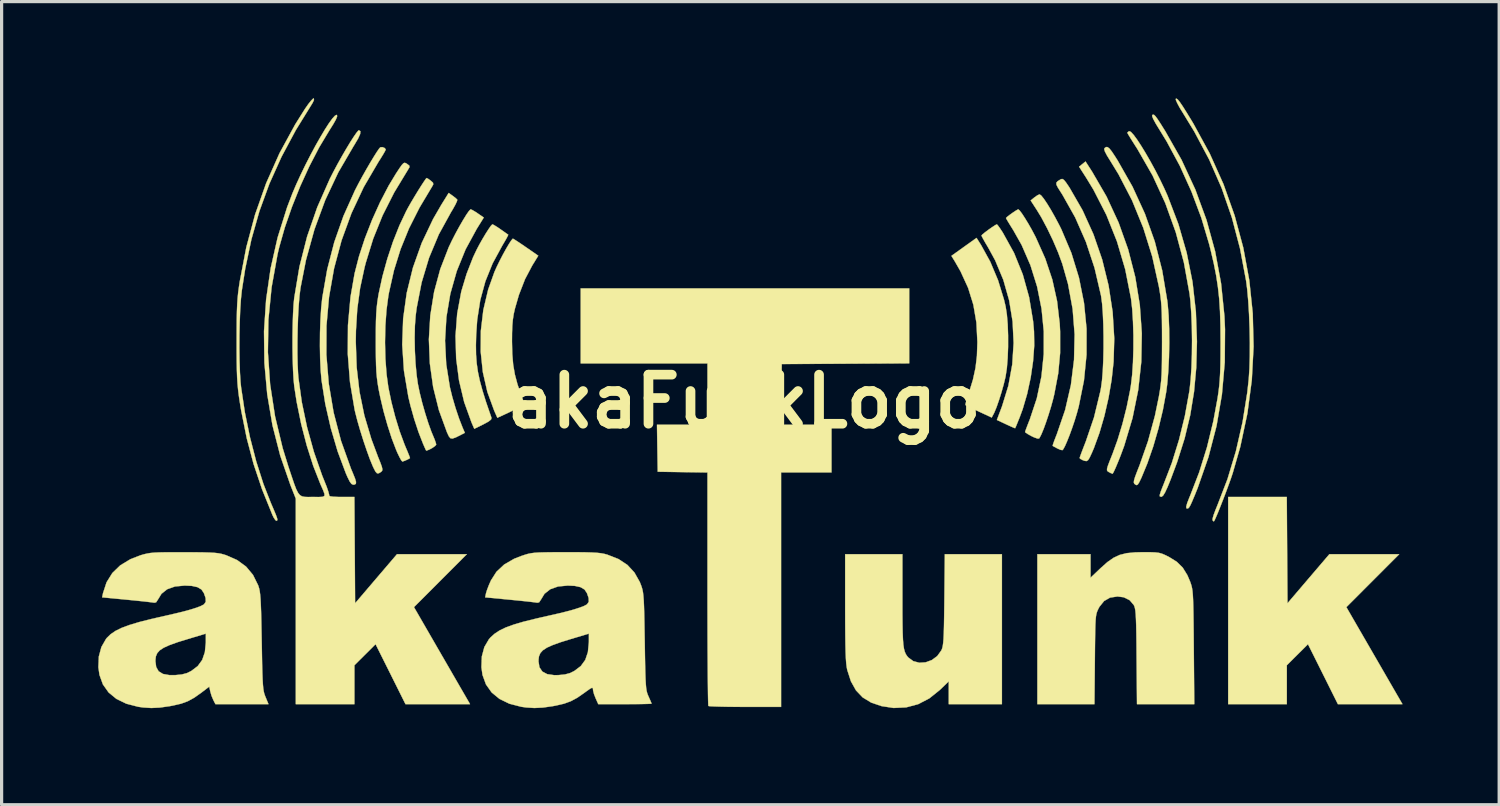
<source format=kicad_pcb>
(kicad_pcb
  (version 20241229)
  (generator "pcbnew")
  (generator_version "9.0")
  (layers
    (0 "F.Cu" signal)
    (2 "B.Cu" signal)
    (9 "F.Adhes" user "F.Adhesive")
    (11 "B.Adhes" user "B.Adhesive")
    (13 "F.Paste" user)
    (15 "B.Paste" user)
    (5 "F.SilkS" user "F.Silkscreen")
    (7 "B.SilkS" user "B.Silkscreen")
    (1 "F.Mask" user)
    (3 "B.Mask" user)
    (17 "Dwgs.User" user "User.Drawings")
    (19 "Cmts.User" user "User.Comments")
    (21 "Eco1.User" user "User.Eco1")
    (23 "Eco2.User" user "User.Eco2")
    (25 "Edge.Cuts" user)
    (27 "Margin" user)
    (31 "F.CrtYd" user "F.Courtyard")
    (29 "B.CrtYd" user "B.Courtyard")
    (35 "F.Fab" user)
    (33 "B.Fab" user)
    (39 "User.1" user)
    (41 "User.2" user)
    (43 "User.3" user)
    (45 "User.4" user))
  (footprint "akaFunkLogo"
    (layer "F.Cu")
    (at 20.064 9.42)
    (property "Reference" "akaFunkLogo" (at 0 0 0) (layer "F.SilkS") (effects (font (size 1.524 1.524) (thickness 0.3))))
    (attr through_hole)
    (fp_poly (pts (xy 16.859 4.614) (xy 16.87 6.265) (xy 17.52 5.503) (xy 18.171 4.741) (xy 20.34 4.741) (xy 18.698 6.385) (xy 19.569 7.891) (xy 20.44 9.398) (xy 18.435 9.398) (xy 17.971 8.467) (xy 17.506 7.536) (xy 16.849 8.19) (xy 16.849 9.398) (xy 15.028 9.398) (xy 15.028 2.963) (xy 16.848 2.963) (xy 16.859 4.614)) (stroke (width 0.01) (type solid)) (fill yes) (layer "F.SilkS"))
    (fp_poly (pts (xy 5.122 -1.186) (xy 1.164 -1.164) (xy 1.153 -0.222) (xy 1.141 0.72) (xy 2.709 0.72) (xy 2.709 2.201) (xy 1.143 2.201) (xy 1.143 9.483) (xy 0.028 9.483) (xy -0.271 9.482) (xy -0.542 9.479) (xy -0.773 9.474) (xy -0.953 9.468) (xy -1.071 9.462) (xy -1.115 9.454) (xy -1.119 9.409) (xy -1.123 9.285) (xy -1.127 9.088) (xy -1.13 8.826) (xy -1.134 8.504) (xy -1.136 8.128) (xy -1.139 7.704) (xy -1.141 7.239) (xy -1.142 6.74) (xy -1.143 6.211) (xy -1.143 5.815) (xy -1.143 2.203) (xy -1.916 2.192) (xy -2.688 2.18) (xy -2.7 1.45) (xy -2.711 0.72) (xy -1.927 0.72) (xy -1.143 0.72) (xy -1.143 -1.185) (xy -5.08 -1.185) (xy -5.08 -3.514) (xy 5.122 -3.514) (xy 5.122 -1.186)) (stroke (width 0.01) (type solid)) (fill yes) (layer "F.SilkS"))
    (fp_poly (pts (xy -8.444 -5.947) (xy -8.348 -5.89) (xy -8.276 -5.842) (xy -8.09 -5.714) (xy -8.307 -5.365) (xy -8.656 -4.724) (xy -8.93 -4.049) (xy -9.129 -3.346) (xy -9.25 -2.625) (xy -9.293 -1.892) (xy -9.256 -1.157) (xy -9.142 -0.444) (xy -9.066 -0.135) (xy -8.968 0.199) (xy -8.859 0.524) (xy -8.751 0.802) (xy -8.746 0.814) (xy -8.678 0.971) (xy -8.805 1.037) (xy -8.961 1.115) (xy -9.062 1.15) (xy -9.127 1.139) (xy -9.176 1.078) (xy -9.229 0.963) (xy -9.231 0.96) (xy -9.483 0.27) (xy -9.662 -0.448) (xy -9.765 -1.184) (xy -9.795 -1.929) (xy -9.751 -2.672) (xy -9.633 -3.404) (xy -9.441 -4.115) (xy -9.177 -4.796) (xy -9.079 -5.001) (xy -8.962 -5.229) (xy -8.843 -5.446) (xy -8.73 -5.641) (xy -8.631 -5.802) (xy -8.553 -5.914) (xy -8.503 -5.967) (xy -8.496 -5.969) (xy -8.444 -5.947)) (stroke (width 0.01) (type solid)) (fill yes) (layer "F.SilkS"))
    (fp_poly (pts (xy 7.354 -4.859) (xy 7.64 -4.34) (xy 7.881 -3.767) (xy 8.066 -3.165) (xy 8.117 -2.949) (xy 8.155 -2.703) (xy 8.181 -2.397) (xy 8.193 -2.054) (xy 8.193 -1.697) (xy 8.18 -1.351) (xy 8.155 -1.039) (xy 8.116 -0.784) (xy 8.112 -0.762) (xy 8.056 -0.531) (xy 7.986 -0.282) (xy 7.909 -0.039) (xy 7.834 0.176) (xy 7.766 0.341) (xy 7.743 0.386) (xy 7.684 0.497) (xy 7.284 0.311) (xy 7.117 0.232) (xy 6.98 0.167) (xy 6.892 0.122) (xy 6.868 0.108) (xy 6.873 0.064) (xy 6.902 -0.042) (xy 6.948 -0.19) (xy 6.979 -0.282) (xy 7.101 -0.679) (xy 7.181 -1.045) (xy 7.225 -1.416) (xy 7.239 -1.83) (xy 7.239 -1.857) (xy 7.209 -2.452) (xy 7.115 -3.003) (xy 6.952 -3.528) (xy 6.716 -4.043) (xy 6.542 -4.347) (xy 6.433 -4.524) (xy 6.823 -4.803) (xy 7.213 -5.082) (xy 7.354 -4.859)) (stroke (width 0.01) (type solid)) (fill yes) (layer "F.SilkS"))
    (fp_poly (pts (xy 7.876 -5.47) (xy 7.939 -5.383) (xy 8.021 -5.259) (xy 8.034 -5.237) (xy 8.379 -4.613) (xy 8.649 -3.947) (xy 8.846 -3.24) (xy 8.97 -2.492) (xy 8.998 -2.18) (xy 9.005 -1.739) (xy 8.969 -1.253) (xy 8.895 -0.745) (xy 8.786 -0.241) (xy 8.647 0.234) (xy 8.554 0.486) (xy 8.492 0.639) (xy 8.444 0.757) (xy 8.415 0.822) (xy 8.411 0.829) (xy 8.372 0.815) (xy 8.276 0.773) (xy 8.143 0.712) (xy 8.124 0.703) (xy 7.845 0.572) (xy 8.005 0.147) (xy 8.202 -0.493) (xy 8.322 -1.151) (xy 8.365 -1.818) (xy 8.333 -2.485) (xy 8.226 -3.142) (xy 8.045 -3.779) (xy 7.79 -4.388) (xy 7.578 -4.776) (xy 7.487 -4.929) (xy 7.416 -5.055) (xy 7.374 -5.136) (xy 7.367 -5.157) (xy 7.398 -5.192) (xy 7.479 -5.257) (xy 7.586 -5.337) (xy 7.697 -5.415) (xy 7.79 -5.476) (xy 7.843 -5.503) (xy 7.845 -5.503) (xy 7.876 -5.47)) (stroke (width 0.01) (type solid)) (fill yes) (layer "F.SilkS"))
    (fp_poly (pts (xy -7.144 -5.036) (xy -7.049 -4.975) (xy -6.914 -4.885) (xy -6.781 -4.794) (xy -6.398 -4.529) (xy -6.586 -4.223) (xy -6.809 -3.8) (xy -6.999 -3.312) (xy -7.122 -2.887) (xy -7.161 -2.714) (xy -7.187 -2.544) (xy -7.204 -2.355) (xy -7.212 -2.125) (xy -7.214 -1.863) (xy -7.205 -1.476) (xy -7.177 -1.144) (xy -7.124 -0.839) (xy -7.042 -0.532) (xy -6.925 -0.195) (xy -6.924 -0.192) (xy -6.872 -0.051) (xy -6.837 0.056) (xy -6.825 0.106) (xy -6.826 0.108) (xy -6.866 0.129) (xy -6.967 0.177) (xy -7.113 0.246) (xy -7.253 0.311) (xy -7.668 0.505) (xy -7.767 0.282) (xy -7.979 -0.299) (xy -8.119 -0.914) (xy -8.186 -1.55) (xy -8.181 -2.197) (xy -8.104 -2.843) (xy -7.954 -3.477) (xy -7.758 -4.027) (xy -7.684 -4.191) (xy -7.594 -4.375) (xy -7.496 -4.564) (xy -7.398 -4.742) (xy -7.309 -4.893) (xy -7.237 -5.003) (xy -7.191 -5.056) (xy -7.185 -5.059) (xy -7.144 -5.036)) (stroke (width 0.01) (type solid)) (fill yes) (layer "F.SilkS"))
    (fp_poly (pts (xy -7.773 -5.481) (xy -7.677 -5.422) (xy -7.567 -5.347) (xy -7.451 -5.265) (xy -7.365 -5.205) (xy -7.33 -5.181) (xy -7.345 -5.143) (xy -7.394 -5.05) (xy -7.471 -4.918) (xy -7.517 -4.84) (xy -7.815 -4.291) (xy -8.04 -3.735) (xy -8.198 -3.156) (xy -8.294 -2.54) (xy -8.326 -2.07) (xy -8.334 -1.747) (xy -8.33 -1.458) (xy -8.31 -1.189) (xy -8.272 -0.923) (xy -8.213 -0.645) (xy -8.13 -0.34) (xy -8.021 0.01) (xy -7.881 0.418) (xy -7.85 0.508) (xy -7.864 0.558) (xy -7.942 0.621) (xy -8.092 0.703) (xy -8.106 0.71) (xy -8.385 0.847) (xy -8.472 0.646) (xy -8.699 0.016) (xy -8.858 -0.65) (xy -8.948 -1.339) (xy -8.968 -2.037) (xy -8.916 -2.728) (xy -8.792 -3.399) (xy -8.782 -3.439) (xy -8.623 -3.967) (xy -8.423 -4.479) (xy -8.313 -4.712) (xy -8.228 -4.874) (xy -8.131 -5.046) (xy -8.033 -5.21) (xy -7.942 -5.352) (xy -7.87 -5.455) (xy -7.826 -5.502) (xy -7.822 -5.503) (xy -7.773 -5.481)) (stroke (width 0.01) (type solid)) (fill yes) (layer "F.SilkS"))
    (fp_poly (pts (xy 10.801 -7.14) (xy 11.251 -6.365) (xy 11.625 -5.557) (xy 11.922 -4.723) (xy 12.142 -3.868) (xy 12.284 -2.999) (xy 12.346 -2.12) (xy 12.33 -1.238) (xy 12.234 -0.358) (xy 12.057 0.514) (xy 11.8 1.372) (xy 11.685 1.683) (xy 11.605 1.883) (xy 11.534 2.052) (xy 11.478 2.174) (xy 11.444 2.237) (xy 11.438 2.242) (xy 11.382 2.222) (xy 11.319 2.189) (xy 11.284 2.166) (xy 11.265 2.136) (xy 11.266 2.086) (xy 11.29 2.001) (xy 11.339 1.869) (xy 11.417 1.674) (xy 11.435 1.629) (xy 11.594 1.189) (xy 11.744 0.694) (xy 11.875 0.176) (xy 11.979 -0.335) (xy 12.008 -0.51) (xy 12.046 -0.83) (xy 12.071 -1.21) (xy 12.084 -1.627) (xy 12.085 -2.057) (xy 12.072 -2.478) (xy 12.048 -2.864) (xy 12.011 -3.193) (xy 12.007 -3.216) (xy 11.829 -4.111) (xy 11.574 -4.972) (xy 11.245 -5.796) (xy 10.844 -6.579) (xy 10.614 -6.957) (xy 10.398 -7.293) (xy 10.498 -7.374) (xy 10.598 -7.455) (xy 10.801 -7.14)) (stroke (width 0.01) (type solid)) (fill yes) (layer "F.SilkS"))
    (fp_poly (pts (xy -9.058 -6.391) (xy -8.969 -6.323) (xy -8.915 -6.271) (xy -8.912 -6.267) (xy -8.924 -6.218) (xy -8.972 -6.115) (xy -9.05 -5.975) (xy -9.109 -5.877) (xy -9.486 -5.191) (xy -9.79 -4.463) (xy -10.02 -3.698) (xy -10.175 -2.901) (xy -10.205 -2.667) (xy -10.229 -2.35) (xy -10.237 -1.978) (xy -10.23 -1.579) (xy -10.209 -1.181) (xy -10.174 -0.811) (xy -10.137 -0.55) (xy -10.08 -0.273) (xy -10.002 0.041) (xy -9.91 0.364) (xy -9.813 0.67) (xy -9.719 0.932) (xy -9.674 1.04) (xy -9.617 1.176) (xy -9.579 1.286) (xy -9.567 1.338) (xy -9.601 1.38) (xy -9.681 1.437) (xy -9.777 1.49) (xy -9.857 1.521) (xy -9.879 1.523) (xy -9.898 1.488) (xy -9.939 1.396) (xy -9.98 1.301) (xy -10.117 0.949) (xy -10.25 0.545) (xy -10.368 0.124) (xy -10.432 -0.143) (xy -10.569 -0.955) (xy -10.623 -1.767) (xy -10.594 -2.575) (xy -10.483 -3.373) (xy -10.29 -4.158) (xy -10.018 -4.923) (xy -9.665 -5.666) (xy -9.412 -6.104) (xy -9.18 -6.478) (xy -9.058 -6.391)) (stroke (width 0.01) (type solid)) (fill yes) (layer "F.SilkS"))
    (fp_poly (pts (xy 9.222 -6.398) (xy 9.302 -6.299) (xy 9.405 -6.146) (xy 9.523 -5.953) (xy 9.649 -5.73) (xy 9.777 -5.489) (xy 9.847 -5.349) (xy 10.159 -4.612) (xy 10.394 -3.847) (xy 10.551 -3.061) (xy 10.63 -2.261) (xy 10.629 -1.455) (xy 10.549 -0.65) (xy 10.388 0.147) (xy 10.326 0.376) (xy 10.258 0.598) (xy 10.181 0.825) (xy 10.102 1.042) (xy 10.026 1.233) (xy 9.959 1.385) (xy 9.906 1.482) (xy 9.88 1.51) (xy 9.82 1.499) (xy 9.725 1.458) (xy 9.716 1.453) (xy 9.627 1.405) (xy 9.578 1.377) (xy 9.577 1.376) (xy 9.586 1.335) (xy 9.621 1.234) (xy 9.676 1.091) (xy 9.708 1.01) (xy 9.965 0.26) (xy 10.143 -0.511) (xy 10.241 -1.296) (xy 10.259 -2.086) (xy 10.197 -2.875) (xy 10.054 -3.652) (xy 9.877 -4.276) (xy 9.748 -4.626) (xy 9.587 -5.003) (xy 9.407 -5.378) (xy 9.223 -5.723) (xy 9.086 -5.948) (xy 8.894 -6.244) (xy 9.009 -6.338) (xy 9.099 -6.402) (xy 9.167 -6.433) (xy 9.172 -6.433) (xy 9.222 -6.398)) (stroke (width 0.01) (type solid)) (fill yes) (layer "F.SilkS"))
    (fp_poly (pts (xy -11.166 -7.872) (xy -11.134 -7.829) (xy -11.155 -7.78) (xy -11.214 -7.677) (xy -11.299 -7.539) (xy -11.361 -7.442) (xy -11.817 -6.662) (xy -12.199 -5.848) (xy -12.507 -5.003) (xy -12.739 -4.136) (xy -12.895 -3.251) (xy -12.975 -2.354) (xy -12.978 -1.453) (xy -12.904 -0.553) (xy -12.753 0.341) (xy -12.523 1.221) (xy -12.215 2.082) (xy -12.156 2.222) (xy -12.088 2.391) (xy -12.057 2.498) (xy -12.063 2.556) (xy -12.107 2.58) (xy -12.148 2.582) (xy -12.198 2.559) (xy -12.255 2.482) (xy -12.325 2.34) (xy -12.377 2.22) (xy -12.628 1.549) (xy -12.841 0.826) (xy -13.011 0.081) (xy -13.128 -0.656) (xy -13.155 -0.961) (xy -13.172 -1.326) (xy -13.179 -1.727) (xy -13.176 -2.141) (xy -13.162 -2.544) (xy -13.139 -2.912) (xy -13.107 -3.217) (xy -12.952 -4.105) (xy -12.734 -4.947) (xy -12.448 -5.761) (xy -12.089 -6.562) (xy -12.08 -6.579) (xy -11.981 -6.771) (xy -11.866 -6.983) (xy -11.743 -7.201) (xy -11.621 -7.411) (xy -11.507 -7.599) (xy -11.411 -7.752) (xy -11.339 -7.856) (xy -11.303 -7.895) (xy -11.238 -7.901) (xy -11.166 -7.872)) (stroke (width 0.01) (type solid)) (fill yes) (layer "F.SilkS"))
    (fp_poly (pts (xy -10.502 -7.399) (xy -10.473 -7.38) (xy -10.404 -7.328) (xy -10.396 -7.28) (xy -10.442 -7.202) (xy -10.874 -6.489) (xy -11.232 -5.781) (xy -11.524 -5.057) (xy -11.757 -4.302) (xy -11.791 -4.17) (xy -11.93 -3.526) (xy -12.018 -2.879) (xy -12.06 -2.2) (xy -12.065 -1.861) (xy -12.037 -1.059) (xy -11.949 -0.302) (xy -11.799 0.432) (xy -11.582 1.162) (xy -11.377 1.711) (xy -11.302 1.897) (xy -11.257 2.021) (xy -11.239 2.098) (xy -11.244 2.145) (xy -11.269 2.176) (xy -11.284 2.187) (xy -11.353 2.23) (xy -11.405 2.229) (xy -11.454 2.175) (xy -11.515 2.056) (xy -11.541 2) (xy -11.628 1.788) (xy -11.726 1.517) (xy -11.829 1.213) (xy -11.928 0.897) (xy -12.015 0.596) (xy -12.083 0.332) (xy -12.101 0.252) (xy -12.245 -0.603) (xy -12.314 -1.483) (xy -12.308 -2.37) (xy -12.229 -3.248) (xy -12.102 -3.978) (xy -11.966 -4.506) (xy -11.782 -5.068) (xy -11.56 -5.638) (xy -11.31 -6.192) (xy -11.043 -6.705) (xy -10.817 -7.079) (xy -10.709 -7.243) (xy -10.635 -7.347) (xy -10.584 -7.401) (xy -10.544 -7.415) (xy -10.502 -7.399)) (stroke (width 0.01) (type solid)) (fill yes) (layer "F.SilkS"))
    (fp_poly (pts (xy 8.551 -5.934) (xy 8.623 -5.839) (xy 8.715 -5.698) (xy 8.82 -5.526) (xy 8.927 -5.338) (xy 9.028 -5.148) (xy 9.052 -5.101) (xy 9.347 -4.441) (xy 9.566 -3.788) (xy 9.714 -3.121) (xy 9.796 -2.423) (xy 9.809 -2.175) (xy 9.809 -1.509) (xy 9.75 -0.874) (xy 9.629 -0.234) (xy 9.588 -0.064) (xy 9.522 0.175) (xy 9.447 0.418) (xy 9.369 0.651) (xy 9.294 0.857) (xy 9.226 1.02) (xy 9.172 1.125) (xy 9.153 1.15) (xy 9.102 1.148) (xy 9.002 1.113) (xy 8.922 1.075) (xy 8.81 1.013) (xy 8.737 0.965) (xy 8.721 0.946) (xy 8.735 0.898) (xy 8.775 0.791) (xy 8.832 0.642) (xy 8.868 0.553) (xy 9.084 -0.097) (xy 9.228 -0.777) (xy 9.3 -1.474) (xy 9.301 -2.179) (xy 9.232 -2.881) (xy 9.094 -3.569) (xy 8.887 -4.232) (xy 8.614 -4.861) (xy 8.357 -5.317) (xy 8.261 -5.471) (xy 8.185 -5.596) (xy 8.138 -5.677) (xy 8.128 -5.698) (xy 8.16 -5.732) (xy 8.237 -5.793) (xy 8.336 -5.864) (xy 8.432 -5.928) (xy 8.498 -5.965) (xy 8.51 -5.969) (xy 8.551 -5.934)) (stroke (width 0.01) (type solid)) (fill yes) (layer "F.SilkS"))
    (fp_poly (pts (xy 9.922 -6.887) (xy 9.986 -6.812) (xy 10.078 -6.677) (xy 10.104 -6.637) (xy 10.507 -5.937) (xy 10.845 -5.191) (xy 11.115 -4.409) (xy 11.314 -3.602) (xy 11.44 -2.781) (xy 11.49 -1.957) (xy 11.469 -1.232) (xy 11.409 -0.682) (xy 11.312 -0.115) (xy 11.184 0.445) (xy 11.03 0.974) (xy 10.856 1.451) (xy 10.793 1.598) (xy 10.725 1.743) (xy 10.675 1.822) (xy 10.626 1.85) (xy 10.562 1.839) (xy 10.509 1.819) (xy 10.436 1.78) (xy 10.414 1.754) (xy 10.429 1.707) (xy 10.469 1.597) (xy 10.528 1.442) (xy 10.6 1.256) (xy 10.601 1.256) (xy 10.861 0.493) (xy 11.057 -0.313) (xy 11.078 -0.423) (xy 11.109 -0.651) (xy 11.133 -0.943) (xy 11.149 -1.283) (xy 11.157 -1.65) (xy 11.157 -2.028) (xy 11.15 -2.397) (xy 11.135 -2.739) (xy 11.113 -3.036) (xy 11.082 -3.269) (xy 11.078 -3.293) (xy 10.878 -4.149) (xy 10.61 -4.958) (xy 10.277 -5.717) (xy 9.88 -6.423) (xy 9.839 -6.488) (xy 9.744 -6.636) (xy 9.695 -6.732) (xy 9.691 -6.794) (xy 9.731 -6.842) (xy 9.816 -6.894) (xy 9.831 -6.903) (xy 9.874 -6.913) (xy 9.922 -6.887)) (stroke (width 0.01) (type solid)) (fill yes) (layer "F.SilkS"))
    (fp_poly (pts (xy 4.911 6.153) (xy 4.911 6.566) (xy 4.914 6.904) (xy 4.919 7.175) (xy 4.928 7.389) (xy 4.941 7.554) (xy 4.96 7.679) (xy 4.986 7.774) (xy 5.019 7.848) (xy 5.06 7.909) (xy 5.094 7.949) (xy 5.25 8.063) (xy 5.435 8.112) (xy 5.633 8.099) (xy 5.824 8.029) (xy 5.992 7.905) (xy 6.118 7.731) (xy 6.128 7.711) (xy 6.148 7.659) (xy 6.164 7.59) (xy 6.177 7.497) (xy 6.188 7.369) (xy 6.196 7.197) (xy 6.202 6.972) (xy 6.207 6.685) (xy 6.212 6.327) (xy 6.214 6.149) (xy 6.228 4.741) (xy 8.001 4.741) (xy 8.001 9.398) (xy 6.35 9.398) (xy 6.35 8.689) (xy 6.073 8.957) (xy 5.748 9.218) (xy 5.399 9.399) (xy 5.027 9.498) (xy 4.637 9.516) (xy 4.265 9.459) (xy 3.94 9.349) (xy 3.676 9.188) (xy 3.469 8.97) (xy 3.312 8.689) (xy 3.199 8.34) (xy 3.196 8.33) (xy 3.18 8.241) (xy 3.166 8.127) (xy 3.155 7.979) (xy 3.147 7.787) (xy 3.141 7.545) (xy 3.137 7.244) (xy 3.134 6.875) (xy 3.133 6.431) (xy 3.133 6.403) (xy 3.133 4.741) (xy 4.911 4.741) (xy 4.911 6.153)) (stroke (width 0.01) (type solid)) (fill yes) (layer "F.SilkS"))
    (fp_poly (pts (xy 12.008 -8.373) (xy 12.09 -8.283) (xy 12.198 -8.137) (xy 12.324 -7.945) (xy 12.464 -7.716) (xy 12.611 -7.461) (xy 12.759 -7.19) (xy 12.902 -6.912) (xy 13.035 -6.637) (xy 13.145 -6.392) (xy 13.482 -5.51) (xy 13.739 -4.622) (xy 13.92 -3.718) (xy 14.025 -2.788) (xy 14.058 -1.863) (xy 14.037 -1.059) (xy 13.968 -0.305) (xy 13.849 0.422) (xy 13.676 1.143) (xy 13.443 1.88) (xy 13.24 2.424) (xy 13.144 2.659) (xy 13.069 2.821) (xy 13.009 2.919) (xy 12.959 2.959) (xy 12.915 2.95) (xy 12.901 2.938) (xy 12.905 2.891) (xy 12.938 2.785) (xy 12.994 2.641) (xy 13.024 2.568) (xy 13.278 1.908) (xy 13.5 1.192) (xy 13.683 0.446) (xy 13.82 -0.307) (xy 13.828 -0.36) (xy 13.862 -0.672) (xy 13.887 -1.046) (xy 13.901 -1.462) (xy 13.905 -1.898) (xy 13.899 -2.332) (xy 13.882 -2.743) (xy 13.856 -3.11) (xy 13.829 -3.344) (xy 13.653 -4.315) (xy 13.401 -5.254) (xy 13.076 -6.158) (xy 12.679 -7.021) (xy 12.21 -7.839) (xy 12.15 -7.933) (xy 12.048 -8.094) (xy 11.965 -8.227) (xy 11.911 -8.317) (xy 11.896 -8.35) (xy 11.929 -8.383) (xy 11.956 -8.396) (xy 12.008 -8.373)) (stroke (width 0.01) (type solid)) (fill yes) (layer "F.SilkS"))
    (fp_poly (pts (xy 13.466 -9.375) (xy 13.53 -9.295) (xy 13.621 -9.161) (xy 13.743 -8.967) (xy 13.902 -8.707) (xy 13.95 -8.626) (xy 14.455 -7.702) (xy 14.882 -6.75) (xy 15.229 -5.773) (xy 15.497 -4.776) (xy 15.684 -3.764) (xy 15.791 -2.739) (xy 15.817 -1.706) (xy 15.762 -0.669) (xy 15.625 0.368) (xy 15.405 1.401) (xy 15.169 2.223) (xy 15.113 2.39) (xy 15.041 2.59) (xy 14.96 2.81) (xy 14.875 3.033) (xy 14.791 3.247) (xy 14.715 3.438) (xy 14.65 3.59) (xy 14.604 3.691) (xy 14.582 3.725) (xy 14.55 3.696) (xy 14.541 3.682) (xy 14.546 3.627) (xy 14.579 3.514) (xy 14.637 3.359) (xy 14.691 3.227) (xy 15.005 2.412) (xy 15.267 1.544) (xy 15.474 0.641) (xy 15.621 -0.279) (xy 15.666 -0.691) (xy 15.688 -1.019) (xy 15.699 -1.405) (xy 15.701 -1.83) (xy 15.693 -2.271) (xy 15.676 -2.709) (xy 15.651 -3.121) (xy 15.618 -3.488) (xy 15.585 -3.747) (xy 15.395 -4.754) (xy 15.143 -5.711) (xy 14.826 -6.627) (xy 14.438 -7.514) (xy 13.976 -8.383) (xy 13.622 -8.963) (xy 13.522 -9.125) (xy 13.448 -9.263) (xy 13.405 -9.361) (xy 13.4 -9.4) (xy 13.424 -9.408) (xy 13.466 -9.375)) (stroke (width 0.01) (type solid)) (fill yes) (layer "F.SilkS"))
    (fp_poly (pts (xy 12.731 -8.899) (xy 12.774 -8.855) (xy 12.836 -8.77) (xy 12.925 -8.634) (xy 13.049 -8.436) (xy 13.07 -8.403) (xy 13.579 -7.507) (xy 14.007 -6.585) (xy 14.355 -5.638) (xy 14.622 -4.667) (xy 14.807 -3.671) (xy 14.912 -2.651) (xy 14.93 -2.244) (xy 14.922 -1.219) (xy 14.834 -0.22) (xy 14.666 0.759) (xy 14.415 1.725) (xy 14.081 2.683) (xy 13.994 2.9) (xy 13.913 3.092) (xy 13.856 3.218) (xy 13.814 3.289) (xy 13.781 3.32) (xy 13.747 3.321) (xy 13.732 3.316) (xy 13.724 3.27) (xy 13.755 3.154) (xy 13.824 2.976) (xy 13.847 2.923) (xy 14.127 2.198) (xy 14.37 1.417) (xy 14.568 0.604) (xy 14.697 -0.096) (xy 14.727 -0.298) (xy 14.75 -0.487) (xy 14.766 -0.677) (xy 14.778 -0.886) (xy 14.786 -1.13) (xy 14.79 -1.422) (xy 14.791 -1.781) (xy 14.791 -1.863) (xy 14.787 -2.363) (xy 14.774 -2.8) (xy 14.749 -3.191) (xy 14.709 -3.556) (xy 14.654 -3.916) (xy 14.58 -4.29) (xy 14.485 -4.697) (xy 14.438 -4.885) (xy 14.196 -5.699) (xy 13.889 -6.518) (xy 13.527 -7.318) (xy 13.119 -8.075) (xy 12.919 -8.403) (xy 12.784 -8.622) (xy 12.7 -8.776) (xy 12.665 -8.869) (xy 12.672 -8.9) (xy 12.7 -8.91) (xy 12.731 -8.899)) (stroke (width 0.01) (type solid)) (fill yes) (layer "F.SilkS"))
    (fp_poly (pts (xy 12.605 4.679) (xy 12.76 4.685) (xy 12.876 4.699) (xy 12.974 4.726) (xy 13.077 4.77) (xy 13.189 4.826) (xy 13.431 4.976) (xy 13.616 5.158) (xy 13.76 5.391) (xy 13.847 5.595) (xy 13.871 5.663) (xy 13.891 5.729) (xy 13.907 5.802) (xy 13.92 5.89) (xy 13.93 6.003) (xy 13.938 6.148) (xy 13.944 6.336) (xy 13.949 6.574) (xy 13.953 6.871) (xy 13.957 7.236) (xy 13.96 7.631) (xy 13.975 9.398) (xy 12.196 9.398) (xy 12.183 7.927) (xy 12.18 7.529) (xy 12.176 7.208) (xy 12.171 6.953) (xy 12.164 6.755) (xy 12.156 6.606) (xy 12.146 6.497) (xy 12.132 6.419) (xy 12.116 6.362) (xy 12.096 6.319) (xy 11.967 6.168) (xy 11.784 6.078) (xy 11.59 6.054) (xy 11.359 6.089) (xy 11.174 6.195) (xy 11.03 6.374) (xy 11.007 6.416) (xy 10.978 6.475) (xy 10.955 6.531) (xy 10.936 6.594) (xy 10.922 6.674) (xy 10.912 6.78) (xy 10.904 6.924) (xy 10.899 7.113) (xy 10.895 7.359) (xy 10.891 7.671) (xy 10.888 8.012) (xy 10.875 9.398) (xy 9.102 9.398) (xy 9.102 4.741) (xy 10.753 4.741) (xy 10.753 5.472) (xy 11.065 5.175) (xy 11.276 4.987) (xy 11.467 4.853) (xy 11.66 4.763) (xy 11.876 4.709) (xy 12.137 4.684) (xy 12.387 4.678) (xy 12.605 4.679)) (stroke (width 0.01) (type solid)) (fill yes) (layer "F.SilkS"))
    (fp_poly (pts (xy 11.282 -7.902) (xy 11.34 -7.858) (xy 11.417 -7.761) (xy 11.521 -7.603) (xy 11.594 -7.488) (xy 12.058 -6.671) (xy 12.442 -5.833) (xy 12.749 -4.968) (xy 12.979 -4.07) (xy 13.136 -3.134) (xy 13.149 -3.027) (xy 13.179 -2.673) (xy 13.195 -2.264) (xy 13.199 -1.823) (xy 13.19 -1.374) (xy 13.169 -0.942) (xy 13.136 -0.551) (xy 13.103 -0.296) (xy 13 0.262) (xy 12.863 0.835) (xy 12.7 1.397) (xy 12.517 1.923) (xy 12.335 2.363) (xy 12.269 2.501) (xy 12.223 2.575) (xy 12.185 2.596) (xy 12.144 2.578) (xy 12.138 2.574) (xy 12.109 2.547) (xy 12.097 2.509) (xy 12.105 2.447) (xy 12.134 2.348) (xy 12.19 2.197) (xy 12.274 1.983) (xy 12.277 1.976) (xy 12.538 1.232) (xy 12.753 0.442) (xy 12.876 -0.155) (xy 12.906 -0.331) (xy 12.929 -0.493) (xy 12.947 -0.655) (xy 12.959 -0.833) (xy 12.967 -1.041) (xy 12.971 -1.295) (xy 12.973 -1.608) (xy 12.974 -1.863) (xy 12.973 -2.225) (xy 12.97 -2.517) (xy 12.965 -2.755) (xy 12.956 -2.952) (xy 12.942 -3.123) (xy 12.923 -3.284) (xy 12.897 -3.448) (xy 12.876 -3.57) (xy 12.67 -4.501) (xy 12.391 -5.395) (xy 12.043 -6.246) (xy 11.626 -7.051) (xy 11.378 -7.457) (xy 11.265 -7.639) (xy 11.2 -7.763) (xy 11.178 -7.839) (xy 11.188 -7.869) (xy 11.235 -7.904) (xy 11.282 -7.902)) (stroke (width 0.01) (type solid)) (fill yes) (layer "F.SilkS"))
    (fp_poly (pts (xy -13.363 -9.366) (xy -13.402 -9.282) (xy -13.404 -9.278) (xy -13.926 -8.432) (xy -14.372 -7.599) (xy -14.748 -6.764) (xy -15.057 -5.915) (xy -15.306 -5.038) (xy -15.499 -4.12) (xy -15.604 -3.45) (xy -15.632 -3.181) (xy -15.654 -2.848) (xy -15.669 -2.472) (xy -15.678 -2.071) (xy -15.68 -1.665) (xy -15.675 -1.273) (xy -15.663 -0.914) (xy -15.644 -0.608) (xy -15.627 -0.445) (xy -15.509 0.34) (xy -15.35 1.114) (xy -15.157 1.859) (xy -14.934 2.558) (xy -14.702 3.15) (xy -14.611 3.362) (xy -14.55 3.508) (xy -14.515 3.603) (xy -14.5 3.658) (xy -14.503 3.687) (xy -14.519 3.703) (xy -14.522 3.705) (xy -14.56 3.685) (xy -14.614 3.605) (xy -14.652 3.527) (xy -14.975 2.728) (xy -15.239 1.941) (xy -15.452 1.138) (xy -15.622 0.292) (xy -15.67 0) (xy -15.699 -0.195) (xy -15.721 -0.376) (xy -15.738 -0.557) (xy -15.75 -0.753) (xy -15.758 -0.979) (xy -15.763 -1.249) (xy -15.765 -1.579) (xy -15.765 -1.863) (xy -15.764 -2.244) (xy -15.762 -2.555) (xy -15.756 -2.812) (xy -15.747 -3.027) (xy -15.734 -3.217) (xy -15.716 -3.396) (xy -15.691 -3.579) (xy -15.669 -3.725) (xy -15.465 -4.791) (xy -15.192 -5.809) (xy -14.848 -6.782) (xy -14.433 -7.714) (xy -13.946 -8.607) (xy -13.641 -9.091) (xy -13.54 -9.236) (xy -13.452 -9.346) (xy -13.391 -9.407) (xy -13.37 -9.415) (xy -13.363 -9.366)) (stroke (width 0.01) (type solid)) (fill yes) (layer "F.SilkS"))
    (fp_poly (pts (xy -9.819 -6.918) (xy -9.74 -6.861) (xy -9.737 -6.859) (xy -9.667 -6.796) (xy -9.659 -6.743) (xy -9.693 -6.68) (xy -10.088 -6.018) (xy -10.413 -5.374) (xy -10.674 -4.732) (xy -10.879 -4.074) (xy -11.034 -3.384) (xy -11.053 -3.281) (xy -11.111 -2.843) (xy -11.146 -2.353) (xy -11.157 -1.838) (xy -11.145 -1.324) (xy -11.108 -0.84) (xy -11.054 -0.445) (xy -10.959 0.015) (xy -10.838 0.483) (xy -10.7 0.931) (xy -10.552 1.331) (xy -10.517 1.415) (xy -10.453 1.566) (xy -10.406 1.684) (xy -10.383 1.75) (xy -10.382 1.758) (xy -10.449 1.797) (xy -10.54 1.838) (xy -10.61 1.862) (xy -10.619 1.863) (xy -10.652 1.826) (xy -10.707 1.728) (xy -10.775 1.586) (xy -10.815 1.492) (xy -10.949 1.142) (xy -11.08 0.735) (xy -11.202 0.302) (xy -11.304 -0.13) (xy -11.355 -0.381) (xy -11.385 -0.561) (xy -11.408 -0.735) (xy -11.425 -0.919) (xy -11.435 -1.129) (xy -11.441 -1.384) (xy -11.444 -1.699) (xy -11.444 -1.863) (xy -11.443 -2.21) (xy -11.439 -2.489) (xy -11.43 -2.717) (xy -11.416 -2.911) (xy -11.396 -3.087) (xy -11.369 -3.262) (xy -11.355 -3.344) (xy -11.238 -3.882) (xy -11.087 -4.43) (xy -10.909 -4.966) (xy -10.71 -5.467) (xy -10.5 -5.912) (xy -10.447 -6.011) (xy -10.355 -6.174) (xy -10.25 -6.351) (xy -10.142 -6.529) (xy -10.04 -6.691) (xy -9.953 -6.824) (xy -9.892 -6.913) (xy -9.864 -6.942) (xy -9.819 -6.918)) (stroke (width 0.01) (type solid)) (fill yes) (layer "F.SilkS"))
    (fp_poly (pts (xy -17.399 4.68) (xy -17.069 4.681) (xy -16.811 4.684) (xy -16.612 4.69) (xy -16.459 4.698) (xy -16.34 4.711) (xy -16.241 4.729) (xy -16.151 4.754) (xy -16.091 4.773) (xy -15.75 4.923) (xy -15.474 5.124) (xy -15.258 5.382) (xy -15.1 5.7) (xy -15.087 5.736) (xy -15.066 5.804) (xy -15.049 5.885) (xy -15.035 5.99) (xy -15.023 6.128) (xy -15.014 6.308) (xy -15.005 6.54) (xy -14.998 6.832) (xy -14.991 7.193) (xy -14.986 7.451) (xy -14.979 7.85) (xy -14.973 8.173) (xy -14.966 8.432) (xy -14.958 8.634) (xy -14.949 8.789) (xy -14.938 8.907) (xy -14.924 8.997) (xy -14.907 9.07) (xy -14.885 9.133) (xy -14.868 9.176) (xy -14.776 9.398) (xy -16.423 9.398) (xy -16.488 9.272) (xy -16.545 9.137) (xy -16.584 9.001) (xy -16.616 8.854) (xy -16.87 9.048) (xy -17.083 9.198) (xy -17.28 9.306) (xy -17.49 9.383) (xy -17.745 9.442) (xy -17.841 9.46) (xy -18.149 9.504) (xy -18.413 9.517) (xy -18.67 9.501) (xy -18.824 9.479) (xy -19.191 9.384) (xy -19.498 9.235) (xy -19.741 9.035) (xy -19.918 8.785) (xy -20.025 8.489) (xy -20.059 8.25) (xy -20.05 8.056) (xy -18.288 8.056) (xy -18.264 8.244) (xy -18.188 8.377) (xy -18.053 8.46) (xy -17.854 8.496) (xy -17.668 8.496) (xy -17.464 8.475) (xy -17.306 8.433) (xy -17.173 8.367) (xy -16.973 8.215) (xy -16.834 8.024) (xy -16.752 7.785) (xy -16.722 7.486) (xy -16.722 7.446) (xy -16.722 7.208) (xy -17.28 7.375) (xy -17.6 7.474) (xy -17.846 7.562) (xy -18.027 7.644) (xy -18.153 7.726) (xy -18.232 7.815) (xy -18.274 7.917) (xy -18.288 8.037) (xy -18.288 8.056) (xy -20.05 8.056) (xy -20.045 7.919) (xy -19.965 7.623) (xy -19.823 7.375) (xy -19.796 7.341) (xy -19.679 7.227) (xy -19.529 7.124) (xy -19.338 7.03) (xy -19.094 6.939) (xy -18.789 6.848) (xy -18.414 6.753) (xy -18.217 6.708) (xy -17.899 6.636) (xy -17.65 6.578) (xy -17.455 6.531) (xy -17.299 6.49) (xy -17.168 6.452) (xy -17.048 6.414) (xy -16.925 6.37) (xy -16.902 6.362) (xy -16.78 6.3) (xy -16.724 6.219) (xy -16.729 6.1) (xy -16.781 5.952) (xy -16.856 5.839) (xy -16.978 5.765) (xy -17.159 5.725) (xy -17.378 5.715) (xy -17.681 5.744) (xy -17.922 5.829) (xy -18.1 5.971) (xy -18.206 6.144) (xy -18.266 6.236) (xy -18.325 6.248) (xy -18.388 6.238) (xy -18.52 6.222) (xy -18.707 6.201) (xy -18.934 6.178) (xy -19.168 6.155) (xy -19.942 6.081) (xy -19.915 5.951) (xy -19.805 5.614) (xy -19.625 5.325) (xy -19.377 5.085) (xy -19.06 4.894) (xy -18.754 4.776) (xy -18.649 4.745) (xy -18.551 4.722) (xy -18.446 4.704) (xy -18.321 4.692) (xy -18.164 4.685) (xy -17.96 4.681) (xy -17.697 4.68) (xy -17.399 4.68)) (stroke (width 0.01) (type solid)) (fill yes) (layer "F.SilkS"))
    (fp_poly (pts (xy -12.649 -8.899) (xy -12.645 -8.852) (xy -12.683 -8.758) (xy -12.767 -8.609) (xy -12.888 -8.417) (xy -13.202 -7.893) (xy -13.506 -7.308) (xy -13.792 -6.683) (xy -14.049 -6.04) (xy -14.27 -5.403) (xy -14.443 -4.793) (xy -14.495 -4.572) (xy -14.679 -3.549) (xy -14.779 -2.536) (xy -14.794 -1.531) (xy -14.725 -0.532) (xy -14.572 0.461) (xy -14.335 1.448) (xy -14.156 2.027) (xy -14.057 2.324) (xy -13.98 2.551) (xy -13.917 2.717) (xy -13.86 2.831) (xy -13.802 2.904) (xy -13.736 2.944) (xy -13.653 2.961) (xy -13.546 2.965) (xy -13.407 2.963) (xy -13.398 2.963) (xy -13.212 2.965) (xy -13.095 2.959) (xy -13.039 2.932) (xy -13.037 2.868) (xy -13.079 2.755) (xy -13.158 2.577) (xy -13.165 2.561) (xy -13.387 1.996) (xy -13.587 1.369) (xy -13.76 0.702) (xy -13.9 0.017) (xy -13.975 -0.466) (xy -13.997 -0.685) (xy -14.013 -0.97) (xy -14.024 -1.302) (xy -14.03 -1.663) (xy -14.03 -2.033) (xy -14.024 -2.394) (xy -14.013 -2.728) (xy -13.997 -3.015) (xy -13.977 -3.217) (xy -13.815 -4.187) (xy -13.577 -5.123) (xy -13.261 -6.035) (xy -12.869 -6.921) (xy -12.757 -7.14) (xy -12.632 -7.374) (xy -12.5 -7.61) (xy -12.369 -7.836) (xy -12.245 -8.042) (xy -12.135 -8.214) (xy -12.047 -8.342) (xy -11.987 -8.414) (xy -11.969 -8.424) (xy -11.921 -8.396) (xy -11.929 -8.31) (xy -11.994 -8.165) (xy -12.115 -7.96) (xy -12.132 -7.934) (xy -12.608 -7.118) (xy -13.014 -6.256) (xy -13.348 -5.348) (xy -13.611 -4.398) (xy -13.782 -3.527) (xy -13.812 -3.288) (xy -13.837 -2.984) (xy -13.857 -2.633) (xy -13.87 -2.255) (xy -13.877 -1.869) (xy -13.878 -1.495) (xy -13.871 -1.151) (xy -13.856 -0.856) (xy -13.846 -0.735) (xy -13.741 0.021) (xy -13.578 0.798) (xy -13.365 1.566) (xy -13.11 2.295) (xy -13.038 2.474) (xy -12.969 2.647) (xy -12.919 2.792) (xy -12.893 2.891) (xy -12.892 2.923) (xy -12.864 2.942) (xy -12.764 2.956) (xy -12.6 2.963) (xy -12.512 2.963) (xy -12.108 2.963) (xy -12.097 4.614) (xy -12.086 6.265) (xy -11.436 5.503) (xy -10.785 4.741) (xy -8.616 4.741) (xy -10.258 6.385) (xy -9.388 7.891) (xy -8.517 9.398) (xy -10.521 9.398) (xy -10.985 8.467) (xy -11.45 7.536) (xy -12.107 8.19) (xy -12.107 9.398) (xy -13.928 9.398) (xy -13.928 3.015) (xy -14.095 2.593) (xy -14.411 1.681) (xy -14.652 0.74) (xy -14.815 -0.222) (xy -14.903 -1.199) (xy -14.915 -2.182) (xy -14.85 -3.164) (xy -14.709 -4.138) (xy -14.492 -5.095) (xy -14.199 -6.029) (xy -14.032 -6.467) (xy -13.91 -6.753) (xy -13.772 -7.053) (xy -13.624 -7.358) (xy -13.47 -7.658) (xy -13.316 -7.946) (xy -13.165 -8.211) (xy -13.025 -8.446) (xy -12.899 -8.642) (xy -12.792 -8.789) (xy -12.709 -8.879) (xy -12.657 -8.903) (xy -12.649 -8.899)) (stroke (width 0.01) (type solid)) (fill yes) (layer "F.SilkS"))
    (fp_poly (pts (xy -5.208 4.679) (xy -4.942 4.682) (xy -4.735 4.688) (xy -4.576 4.697) (xy -4.451 4.711) (xy -4.348 4.73) (xy -4.255 4.755) (xy -4.255 4.755) (xy -3.908 4.891) (xy -3.63 5.074) (xy -3.412 5.309) (xy -3.245 5.604) (xy -3.205 5.706) (xy -3.181 5.775) (xy -3.161 5.848) (xy -3.145 5.932) (xy -3.133 6.04) (xy -3.122 6.179) (xy -3.114 6.359) (xy -3.107 6.591) (xy -3.101 6.883) (xy -3.095 7.246) (xy -3.091 7.451) (xy -3.085 7.849) (xy -3.079 8.171) (xy -3.073 8.428) (xy -3.066 8.628) (xy -3.057 8.781) (xy -3.047 8.897) (xy -3.033 8.984) (xy -3.016 9.052) (xy -2.995 9.111) (xy -2.973 9.16) (xy -2.921 9.278) (xy -2.886 9.36) (xy -2.879 9.382) (xy -2.919 9.387) (xy -3.031 9.391) (xy -3.202 9.395) (xy -3.419 9.397) (xy -3.67 9.398) (xy -3.706 9.398) (xy -4.534 9.398) (xy -4.615 9.218) (xy -4.666 9.088) (xy -4.695 8.974) (xy -4.698 8.943) (xy -4.704 8.899) (xy -4.729 8.889) (xy -4.787 8.918) (xy -4.891 8.991) (xy -4.964 9.044) (xy -5.185 9.198) (xy -5.386 9.306) (xy -5.597 9.383) (xy -5.85 9.442) (xy -5.945 9.46) (xy -6.253 9.504) (xy -6.518 9.517) (xy -6.774 9.501) (xy -6.928 9.479) (xy -7.296 9.384) (xy -7.602 9.235) (xy -7.845 9.035) (xy -8.022 8.785) (xy -8.13 8.489) (xy -8.163 8.25) (xy -8.156 8.063) (xy -6.391 8.063) (xy -6.362 8.251) (xy -6.272 8.385) (xy -6.12 8.466) (xy -5.902 8.498) (xy -5.772 8.496) (xy -5.567 8.475) (xy -5.408 8.432) (xy -5.278 8.367) (xy -5.077 8.215) (xy -4.938 8.024) (xy -4.857 7.785) (xy -4.827 7.486) (xy -4.826 7.446) (xy -4.826 7.208) (xy -5.385 7.375) (xy -5.704 7.474) (xy -5.949 7.562) (xy -6.13 7.643) (xy -6.256 7.726) (xy -6.335 7.815) (xy -6.377 7.917) (xy -6.391 8.037) (xy -6.391 8.063) (xy -8.156 8.063) (xy -8.15 7.915) (xy -8.072 7.624) (xy -7.93 7.382) (xy -7.881 7.326) (xy -7.755 7.212) (xy -7.6 7.11) (xy -7.408 7.017) (xy -7.166 6.929) (xy -6.866 6.84) (xy -6.495 6.748) (xy -6.324 6.708) (xy -6.006 6.636) (xy -5.756 6.579) (xy -5.561 6.531) (xy -5.405 6.491) (xy -5.274 6.453) (xy -5.154 6.414) (xy -5.031 6.371) (xy -5.006 6.362) (xy -4.885 6.3) (xy -4.829 6.219) (xy -4.834 6.1) (xy -4.885 5.952) (xy -4.96 5.839) (xy -5.083 5.765) (xy -5.264 5.725) (xy -5.482 5.715) (xy -5.785 5.744) (xy -6.026 5.829) (xy -6.205 5.971) (xy -6.31 6.144) (xy -6.371 6.236) (xy -6.43 6.248) (xy -6.492 6.238) (xy -6.624 6.222) (xy -6.811 6.201) (xy -7.038 6.178) (xy -7.272 6.155) (xy -8.047 6.081) (xy -8.02 5.951) (xy -7.987 5.845) (xy -7.93 5.697) (xy -7.867 5.555) (xy -7.695 5.285) (xy -7.455 5.061) (xy -7.145 4.882) (xy -6.921 4.795) (xy -6.813 4.759) (xy -6.718 4.731) (xy -6.621 4.711) (xy -6.511 4.697) (xy -6.374 4.688) (xy -6.196 4.683) (xy -5.965 4.68) (xy -5.666 4.679) (xy -5.546 4.679) (xy -5.208 4.679)) (stroke (width 0.01) (type solid)) (fill yes) (layer "F.SilkS")))
  (gr_rect
    (start -3 -3)
    (end 43.508 21.942)
    (stroke (width 0.1) (type default))
    (fill no)
    (layer "Edge.Cuts")))
</source>
